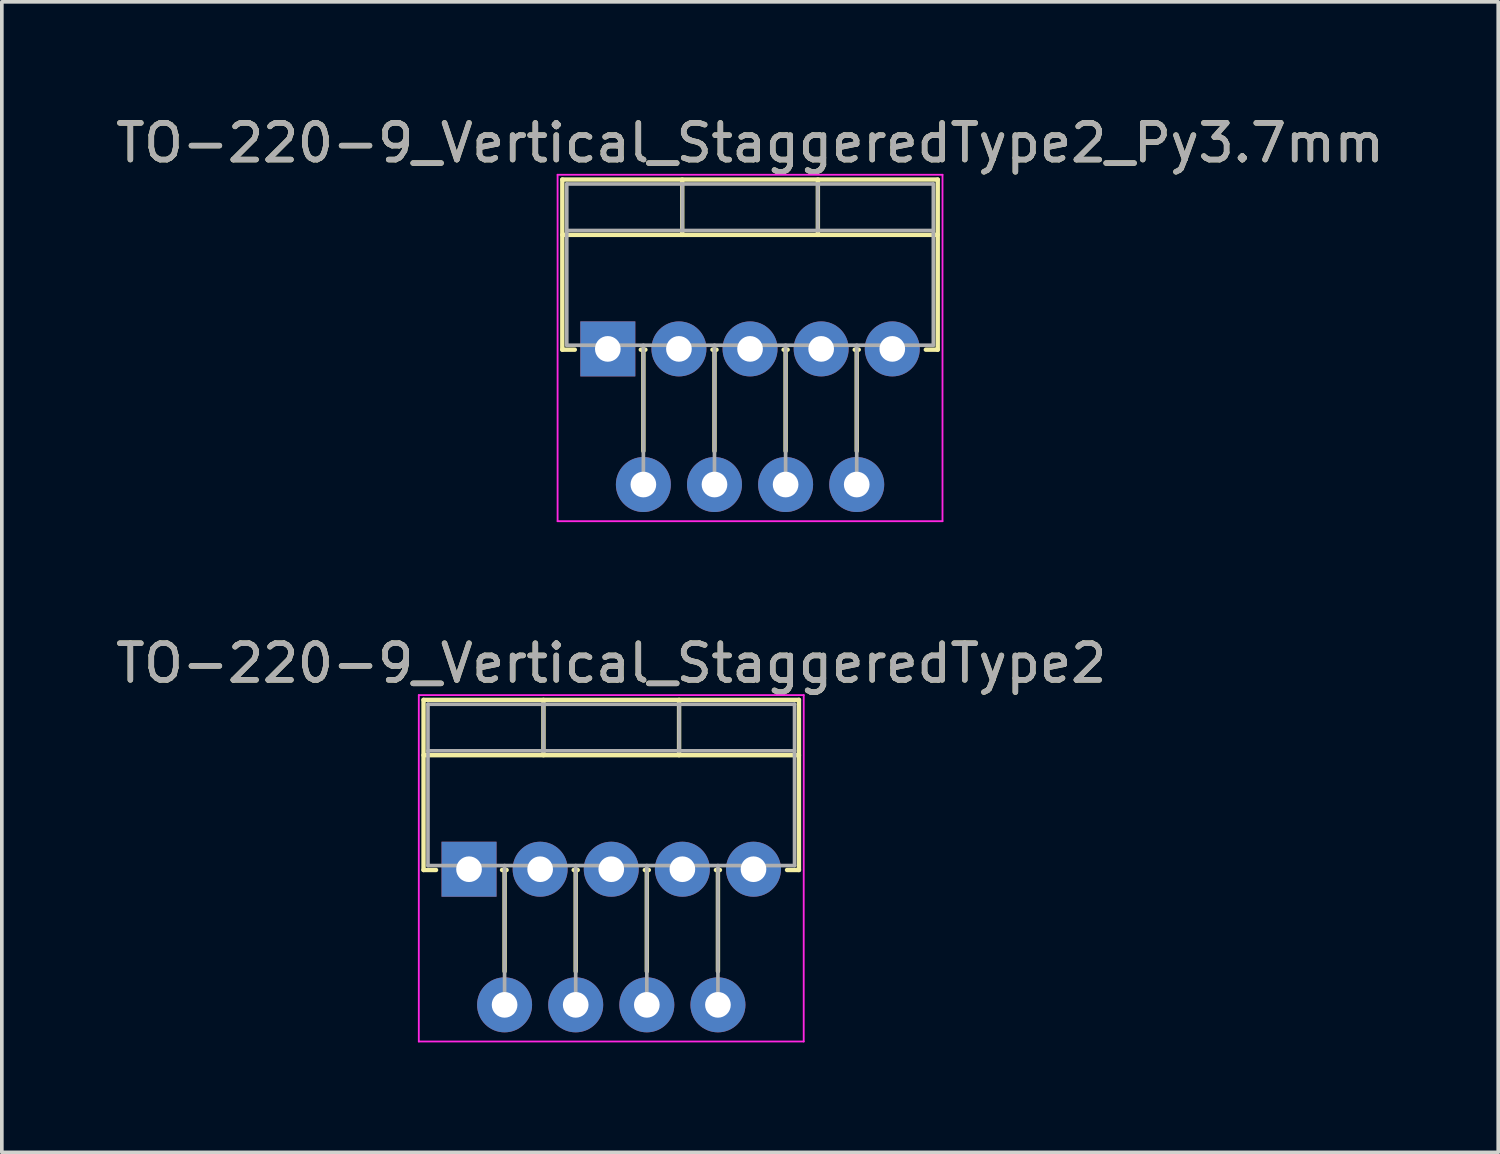
<source format=kicad_pcb>
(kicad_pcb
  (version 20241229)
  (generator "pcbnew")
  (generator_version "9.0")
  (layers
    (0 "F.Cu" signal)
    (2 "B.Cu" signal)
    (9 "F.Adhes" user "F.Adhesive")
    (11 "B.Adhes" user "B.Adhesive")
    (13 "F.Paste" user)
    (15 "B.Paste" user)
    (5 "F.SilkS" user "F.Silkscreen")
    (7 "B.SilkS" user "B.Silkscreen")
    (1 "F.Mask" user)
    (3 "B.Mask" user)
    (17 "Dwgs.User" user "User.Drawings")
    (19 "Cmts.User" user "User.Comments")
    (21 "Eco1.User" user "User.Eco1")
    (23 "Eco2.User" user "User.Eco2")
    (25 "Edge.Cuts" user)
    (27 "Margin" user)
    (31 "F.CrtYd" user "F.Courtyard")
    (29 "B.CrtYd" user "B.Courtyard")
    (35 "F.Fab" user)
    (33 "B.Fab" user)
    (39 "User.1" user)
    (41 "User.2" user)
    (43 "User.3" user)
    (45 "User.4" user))
  (footprint "TO-220-9_Vertical_StaggeredType2_Py3.7mm"
    (layer "F.Cu")
    (at 13.531 6.468)
    (property "Reference" "TO-220-9_Vertical_StaggeredType2_Py3.7mm" (at 3.88 -5.62 0) (layer "F.SilkS") (effects (font (size 1 1) (thickness 0.15))))
    (attr through_hole)
    (fp_line (start -1.241 -4.62) (end -1.241 0.021) (stroke (width 0.12) (type solid)) (layer "F.SilkS"))
    (fp_line (start -1.241 -4.62) (end 9 -4.62) (stroke (width 0.12) (type solid)) (layer "F.SilkS"))
    (fp_line (start -1.241 -3.111) (end 9 -3.111) (stroke (width 0.12) (type solid)) (layer "F.SilkS"))
    (fp_line (start -1.241 0.021) (end -0.9 0.021) (stroke (width 0.12) (type solid)) (layer "F.SilkS"))
    (fp_line (start 0.9 0.021) (end 1.025 0.021) (stroke (width 0.12) (type solid)) (layer "F.SilkS"))
    (fp_line (start 0.97 0.021) (end 0.97 2.785) (stroke (width 0.12) (type solid)) (layer "F.SilkS"))
    (fp_line (start 2.03 -4.62) (end 2.03 -3.111) (stroke (width 0.12) (type solid)) (layer "F.SilkS"))
    (fp_line (start 2.855 0.021) (end 2.965 0.021) (stroke (width 0.12) (type solid)) (layer "F.SilkS"))
    (fp_line (start 2.91 0.021) (end 2.91 2.785) (stroke (width 0.12) (type solid)) (layer "F.SilkS"))
    (fp_line (start 4.795 0.021) (end 4.905 0.021) (stroke (width 0.12) (type solid)) (layer "F.SilkS"))
    (fp_line (start 4.85 0.021) (end 4.85 2.785) (stroke (width 0.12) (type solid)) (layer "F.SilkS"))
    (fp_line (start 5.73 -4.62) (end 5.73 -3.111) (stroke (width 0.12) (type solid)) (layer "F.SilkS"))
    (fp_line (start 6.735 0.021) (end 6.845 0.021) (stroke (width 0.12) (type solid)) (layer "F.SilkS"))
    (fp_line (start 6.79 0.021) (end 6.79 2.785) (stroke (width 0.12) (type solid)) (layer "F.SilkS"))
    (fp_line (start 8.675 0.021) (end 9 0.021) (stroke (width 0.12) (type solid)) (layer "F.SilkS"))
    (fp_line (start 9 -4.62) (end 9 0.021) (stroke (width 0.12) (type solid)) (layer "F.SilkS"))
    (fp_line (start -1.37 -4.75) (end -1.37 4.7) (stroke (width 0.05) (type solid)) (layer "F.CrtYd"))
    (fp_line (start -1.37 4.7) (end 9.13 4.7) (stroke (width 0.05) (type solid)) (layer "F.CrtYd"))
    (fp_line (start 9.13 -4.75) (end -1.37 -4.75) (stroke (width 0.05) (type solid)) (layer "F.CrtYd"))
    (fp_line (start 9.13 4.7) (end 9.13 -4.75) (stroke (width 0.05) (type solid)) (layer "F.CrtYd"))
    (fp_line (start -1.12 -4.5) (end -1.12 -0.1) (stroke (width 0.1) (type solid)) (layer "F.Fab"))
    (fp_line (start -1.12 -3.23) (end 8.88 -3.23) (stroke (width 0.1) (type solid)) (layer "F.Fab"))
    (fp_line (start -1.12 -0.1) (end 8.88 -0.1) (stroke (width 0.1) (type solid)) (layer "F.Fab"))
    (fp_line (start 0 -0.1) (end 0 0) (stroke (width 0.1) (type solid)) (layer "F.Fab"))
    (fp_line (start 0.97 -0.1) (end 0.97 3.7) (stroke (width 0.1) (type solid)) (layer "F.Fab"))
    (fp_line (start 1.94 -0.1) (end 1.94 0) (stroke (width 0.1) (type solid)) (layer "F.Fab"))
    (fp_line (start 2.03 -4.5) (end 2.03 -3.23) (stroke (width 0.1) (type solid)) (layer "F.Fab"))
    (fp_line (start 2.91 -0.1) (end 2.91 3.7) (stroke (width 0.1) (type solid)) (layer "F.Fab"))
    (fp_line (start 3.88 -0.1) (end 3.88 0) (stroke (width 0.1) (type solid)) (layer "F.Fab"))
    (fp_line (start 4.85 -0.1) (end 4.85 3.7) (stroke (width 0.1) (type solid)) (layer "F.Fab"))
    (fp_line (start 5.73 -4.5) (end 5.73 -3.23) (stroke (width 0.1) (type solid)) (layer "F.Fab"))
    (fp_line (start 5.82 -0.1) (end 5.82 0) (stroke (width 0.1) (type solid)) (layer "F.Fab"))
    (fp_line (start 6.79 -0.1) (end 6.79 3.7) (stroke (width 0.1) (type solid)) (layer "F.Fab"))
    (fp_line (start 7.76 -0.1) (end 7.76 0) (stroke (width 0.1) (type solid)) (layer "F.Fab"))
    (fp_line (start 8.88 -4.5) (end -1.12 -4.5) (stroke (width 0.1) (type solid)) (layer "F.Fab"))
    (fp_line (start 8.88 -0.1) (end 8.88 -4.5) (stroke (width 0.1) (type solid)) (layer "F.Fab"))
    (fp_text user "${REFERENCE}" (at 3.88 -5.62 0) (layer "F.Fab") (effects (font (size 1 1) (thickness 0.15))))
    (pad "1" thru_hole rect (at 0 0) (size 1.5 1.5) (drill 0.7) (layers "*.Cu" "*.Mask"))
    (pad "2" thru_hole oval (at 0.97 3.7) (size 1.5 1.5) (drill 0.7) (layers "*.Cu" "*.Mask"))
    (pad "3" thru_hole oval (at 1.94 0) (size 1.5 1.5) (drill 0.7) (layers "*.Cu" "*.Mask"))
    (pad "4" thru_hole oval (at 2.91 3.7) (size 1.5 1.5) (drill 0.7) (layers "*.Cu" "*.Mask"))
    (pad "5" thru_hole oval (at 3.88 0) (size 1.5 1.5) (drill 0.7) (layers "*.Cu" "*.Mask"))
    (pad "6" thru_hole oval (at 4.85 3.7) (size 1.5 1.5) (drill 0.7) (layers "*.Cu" "*.Mask"))
    (pad "7" thru_hole oval (at 5.82 0) (size 1.5 1.5) (drill 0.7) (layers "*.Cu" "*.Mask"))
    (pad "8" thru_hole oval (at 6.79 3.7) (size 1.5 1.5) (drill 0.7) (layers "*.Cu" "*.Mask"))
    (pad "9" thru_hole oval (at 7.76 0) (size 1.5 1.5) (drill 0.7) (layers "*.Cu" "*.Mask")))
  (footprint "TO-220-9_Vertical_StaggeredType2"
    (layer "F.Cu")
    (at 9.745 20.662)
    (property "Reference" "TO-220-9_Vertical_StaggeredType2" (at 3.88 -5.62 0) (layer "F.SilkS") (effects (font (size 1 1) (thickness 0.15))))
    (attr through_hole)
    (fp_line (start -1.241 -4.62) (end -1.241 0.021) (stroke (width 0.12) (type solid)) (layer "F.SilkS"))
    (fp_line (start -1.241 -4.62) (end 9 -4.62) (stroke (width 0.12) (type solid)) (layer "F.SilkS"))
    (fp_line (start -1.241 -3.111) (end 9 -3.111) (stroke (width 0.12) (type solid)) (layer "F.SilkS"))
    (fp_line (start -1.241 0.021) (end -0.9 0.021) (stroke (width 0.12) (type solid)) (layer "F.SilkS"))
    (fp_line (start 0.9 0.021) (end 1.025 0.021) (stroke (width 0.12) (type solid)) (layer "F.SilkS"))
    (fp_line (start 0.97 0.021) (end 0.97 2.785) (stroke (width 0.12) (type solid)) (layer "F.SilkS"))
    (fp_line (start 2.03 -4.62) (end 2.03 -3.111) (stroke (width 0.12) (type solid)) (layer "F.SilkS"))
    (fp_line (start 2.855 0.021) (end 2.965 0.021) (stroke (width 0.12) (type solid)) (layer "F.SilkS"))
    (fp_line (start 2.91 0.021) (end 2.91 2.785) (stroke (width 0.12) (type solid)) (layer "F.SilkS"))
    (fp_line (start 4.795 0.021) (end 4.905 0.021) (stroke (width 0.12) (type solid)) (layer "F.SilkS"))
    (fp_line (start 4.85 0.021) (end 4.85 2.785) (stroke (width 0.12) (type solid)) (layer "F.SilkS"))
    (fp_line (start 5.73 -4.62) (end 5.73 -3.111) (stroke (width 0.12) (type solid)) (layer "F.SilkS"))
    (fp_line (start 6.735 0.021) (end 6.845 0.021) (stroke (width 0.12) (type solid)) (layer "F.SilkS"))
    (fp_line (start 6.79 0.021) (end 6.79 2.785) (stroke (width 0.12) (type solid)) (layer "F.SilkS"))
    (fp_line (start 8.675 0.021) (end 9 0.021) (stroke (width 0.12) (type solid)) (layer "F.SilkS"))
    (fp_line (start 9 -4.62) (end 9 0.021) (stroke (width 0.12) (type solid)) (layer "F.SilkS"))
    (fp_line (start -1.37 -4.75) (end -1.37 4.7) (stroke (width 0.05) (type solid)) (layer "F.CrtYd"))
    (fp_line (start -1.37 4.7) (end 9.13 4.7) (stroke (width 0.05) (type solid)) (layer "F.CrtYd"))
    (fp_line (start 9.13 -4.75) (end -1.37 -4.75) (stroke (width 0.05) (type solid)) (layer "F.CrtYd"))
    (fp_line (start 9.13 4.7) (end 9.13 -4.75) (stroke (width 0.05) (type solid)) (layer "F.CrtYd"))
    (fp_line (start -1.12 -4.5) (end -1.12 -0.1) (stroke (width 0.1) (type solid)) (layer "F.Fab"))
    (fp_line (start -1.12 -3.23) (end 8.88 -3.23) (stroke (width 0.1) (type solid)) (layer "F.Fab"))
    (fp_line (start -1.12 -0.1) (end 8.88 -0.1) (stroke (width 0.1) (type solid)) (layer "F.Fab"))
    (fp_line (start 0 -0.1) (end 0 0) (stroke (width 0.1) (type solid)) (layer "F.Fab"))
    (fp_line (start 0.97 -0.1) (end 0.97 3.7) (stroke (width 0.1) (type solid)) (layer "F.Fab"))
    (fp_line (start 1.94 -0.1) (end 1.94 0) (stroke (width 0.1) (type solid)) (layer "F.Fab"))
    (fp_line (start 2.03 -4.5) (end 2.03 -3.23) (stroke (width 0.1) (type solid)) (layer "F.Fab"))
    (fp_line (start 2.91 -0.1) (end 2.91 3.7) (stroke (width 0.1) (type solid)) (layer "F.Fab"))
    (fp_line (start 3.88 -0.1) (end 3.88 0) (stroke (width 0.1) (type solid)) (layer "F.Fab"))
    (fp_line (start 4.85 -0.1) (end 4.85 3.7) (stroke (width 0.1) (type solid)) (layer "F.Fab"))
    (fp_line (start 5.73 -4.5) (end 5.73 -3.23) (stroke (width 0.1) (type solid)) (layer "F.Fab"))
    (fp_line (start 5.82 -0.1) (end 5.82 0) (stroke (width 0.1) (type solid)) (layer "F.Fab"))
    (fp_line (start 6.79 -0.1) (end 6.79 3.7) (stroke (width 0.1) (type solid)) (layer "F.Fab"))
    (fp_line (start 7.76 -0.1) (end 7.76 0) (stroke (width 0.1) (type solid)) (layer "F.Fab"))
    (fp_line (start 8.88 -4.5) (end -1.12 -4.5) (stroke (width 0.1) (type solid)) (layer "F.Fab"))
    (fp_line (start 8.88 -0.1) (end 8.88 -4.5) (stroke (width 0.1) (type solid)) (layer "F.Fab"))
    (fp_text user "${REFERENCE}" (at 3.88 -5.62 0) (layer "F.Fab") (effects (font (size 1 1) (thickness 0.15))))
    (pad "1" thru_hole rect (at 0 0) (size 1.5 1.5) (drill 0.7) (layers "*.Cu" "*.Mask"))
    (pad "2" thru_hole oval (at 0.97 3.7) (size 1.5 1.5) (drill 0.7) (layers "*.Cu" "*.Mask"))
    (pad "3" thru_hole oval (at 1.94 0) (size 1.5 1.5) (drill 0.7) (layers "*.Cu" "*.Mask"))
    (pad "4" thru_hole oval (at 2.91 3.7) (size 1.5 1.5) (drill 0.7) (layers "*.Cu" "*.Mask"))
    (pad "5" thru_hole oval (at 3.88 0) (size 1.5 1.5) (drill 0.7) (layers "*.Cu" "*.Mask"))
    (pad "6" thru_hole oval (at 4.85 3.7) (size 1.5 1.5) (drill 0.7) (layers "*.Cu" "*.Mask"))
    (pad "7" thru_hole oval (at 5.82 0) (size 1.5 1.5) (drill 0.7) (layers "*.Cu" "*.Mask"))
    (pad "8" thru_hole oval (at 6.79 3.7) (size 1.5 1.5) (drill 0.7) (layers "*.Cu" "*.Mask"))
    (pad "9" thru_hole oval (at 7.76 0) (size 1.5 1.5) (drill 0.7) (layers "*.Cu" "*.Mask")))
  (gr_rect
    (start -3 -3)
    (end 37.821 28.387)
    (stroke (width 0.1) (type default))
    (fill no)
    (layer "Edge.Cuts")))
</source>
